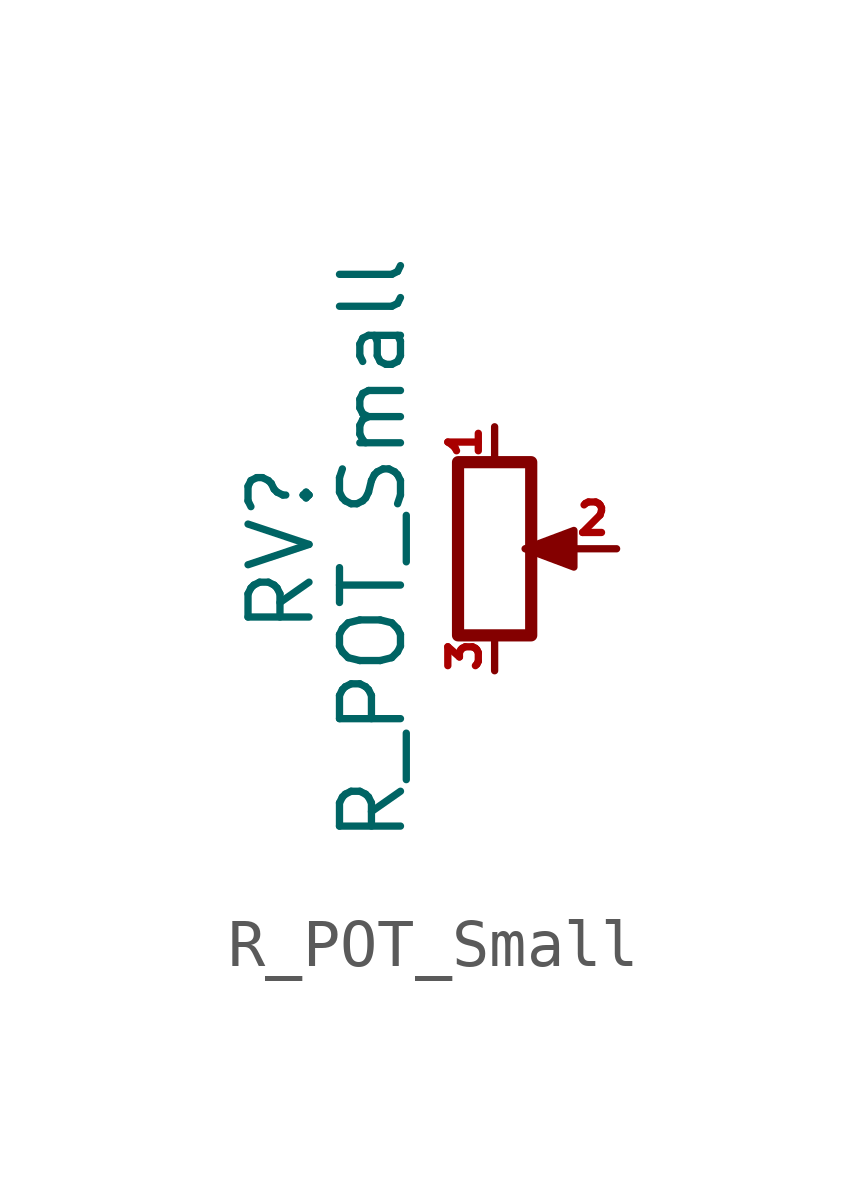
<source format=kicad_sym>
(kicad_symbol_lib
  (version 20211014)
  (generator kicad_symbol_editor)
  (symbol "R_POT_Small"
    (pin_names
      (offset 1.016) hide)
    (property "Reference" "RV"
      (at -4.445 0 90)
      (effects (font (size 1.27 1.27))))
    (property "Value" "R_POT_Small"
      (at -2.54 0 90)
      (effects (font (size 1.27 1.27))))
    (symbol "R_POT_Small_0_1"
      (polyline (pts (xy 0.889 0) (xy 0.635 0) (xy 1.651 0.381) (xy 1.651 -0.381) (xy 0.635 0) (xy 0.889 0)) (stroke (width 0) (type default) (color 0 0 0 0)) (fill (type outline)))
      (rectangle (start 0.762 1.803) (end -0.762 -1.803) (stroke (width 0.254) (type default) (color 0 0 0 0)) (fill (type none))))
    (symbol "R_POT_Small_1_1"
      (pin passive line (at 0 2.54 270) (length 0.635) (name "1" (effects (font (size 0.635 0.635)))) (number "1" (effects (font (size 0.635 0.635)))))
      (pin passive line (at 2.54 0 180) (length 0.991) (name "2" (effects (font (size 0.635 0.635)))) (number "2" (effects (font (size 0.635 0.635)))))
      (pin passive line (at 0 -2.54 90) (length 0.635) (name "3" (effects (font (size 0.635 0.635)))) (number "3" (effects (font (size 0.635 0.635))))))))
</source>
